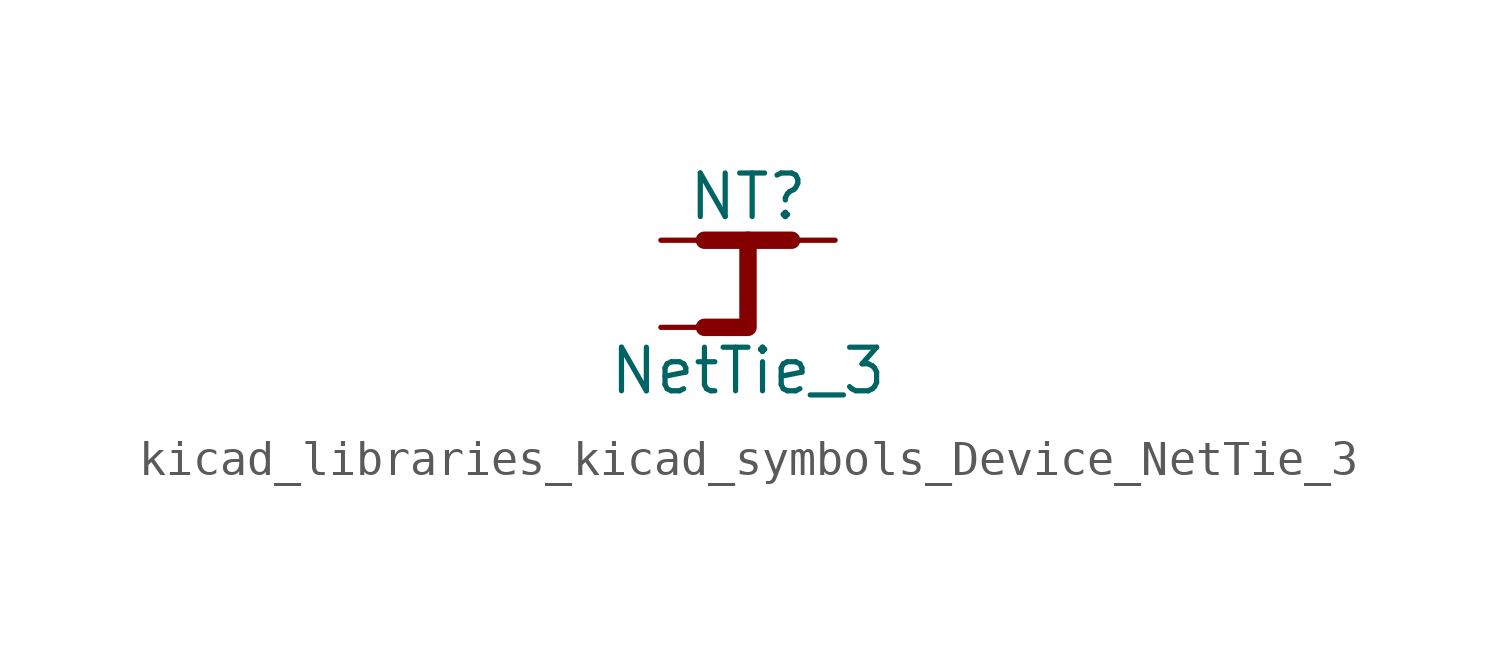
<source format=kicad_sym>
(kicad_symbol_lib
  (version 20220914)
  (generator kicad_symbol_editor)
  (symbol "kicad_libraries_kicad_symbols_Device_NetTie_3"
    (pin_numbers hide)
    (pin_names
      (offset 0) hide)
    (property "Reference" "NT"
      (at 0 1.27 0)
      (effects (font (size 1.27 1.27))))
    (property "Value" "NetTie_3"
      (at 0 -3.81 0)
      (effects (font (size 1.27 1.27))))
    (symbol "kicad_libraries_kicad_symbols_Device_NetTie_3_0_1"
      (polyline (pts (xy -1.27 0) (xy 1.27 0)) (stroke (width 0.508) (type default)) (fill (type none)))
      (polyline (pts (xy 0 0) (xy 0 -2.54) (xy -1.27 -2.54)) (stroke (width 0.508) (type default)) (fill (type none))))
    (symbol "kicad_libraries_kicad_symbols_Device_NetTie_3_1_1"
      (pin passive line (at -2.54 0 0) (length 2.54) (name "1" (effects (font (size 1.27 1.27)))) (number "1" (effects (font (size 1.27 1.27)))))
      (pin passive line (at 2.54 0 180) (length 2.54) (name "2" (effects (font (size 1.27 1.27)))) (number "2" (effects (font (size 1.27 1.27)))))
      (pin passive line (at -2.54 -2.54 0) (length 2.54) (name "3" (effects (font (size 1.27 1.27)))) (number "3" (effects (font (size 1.27 1.27))))))))
</source>
